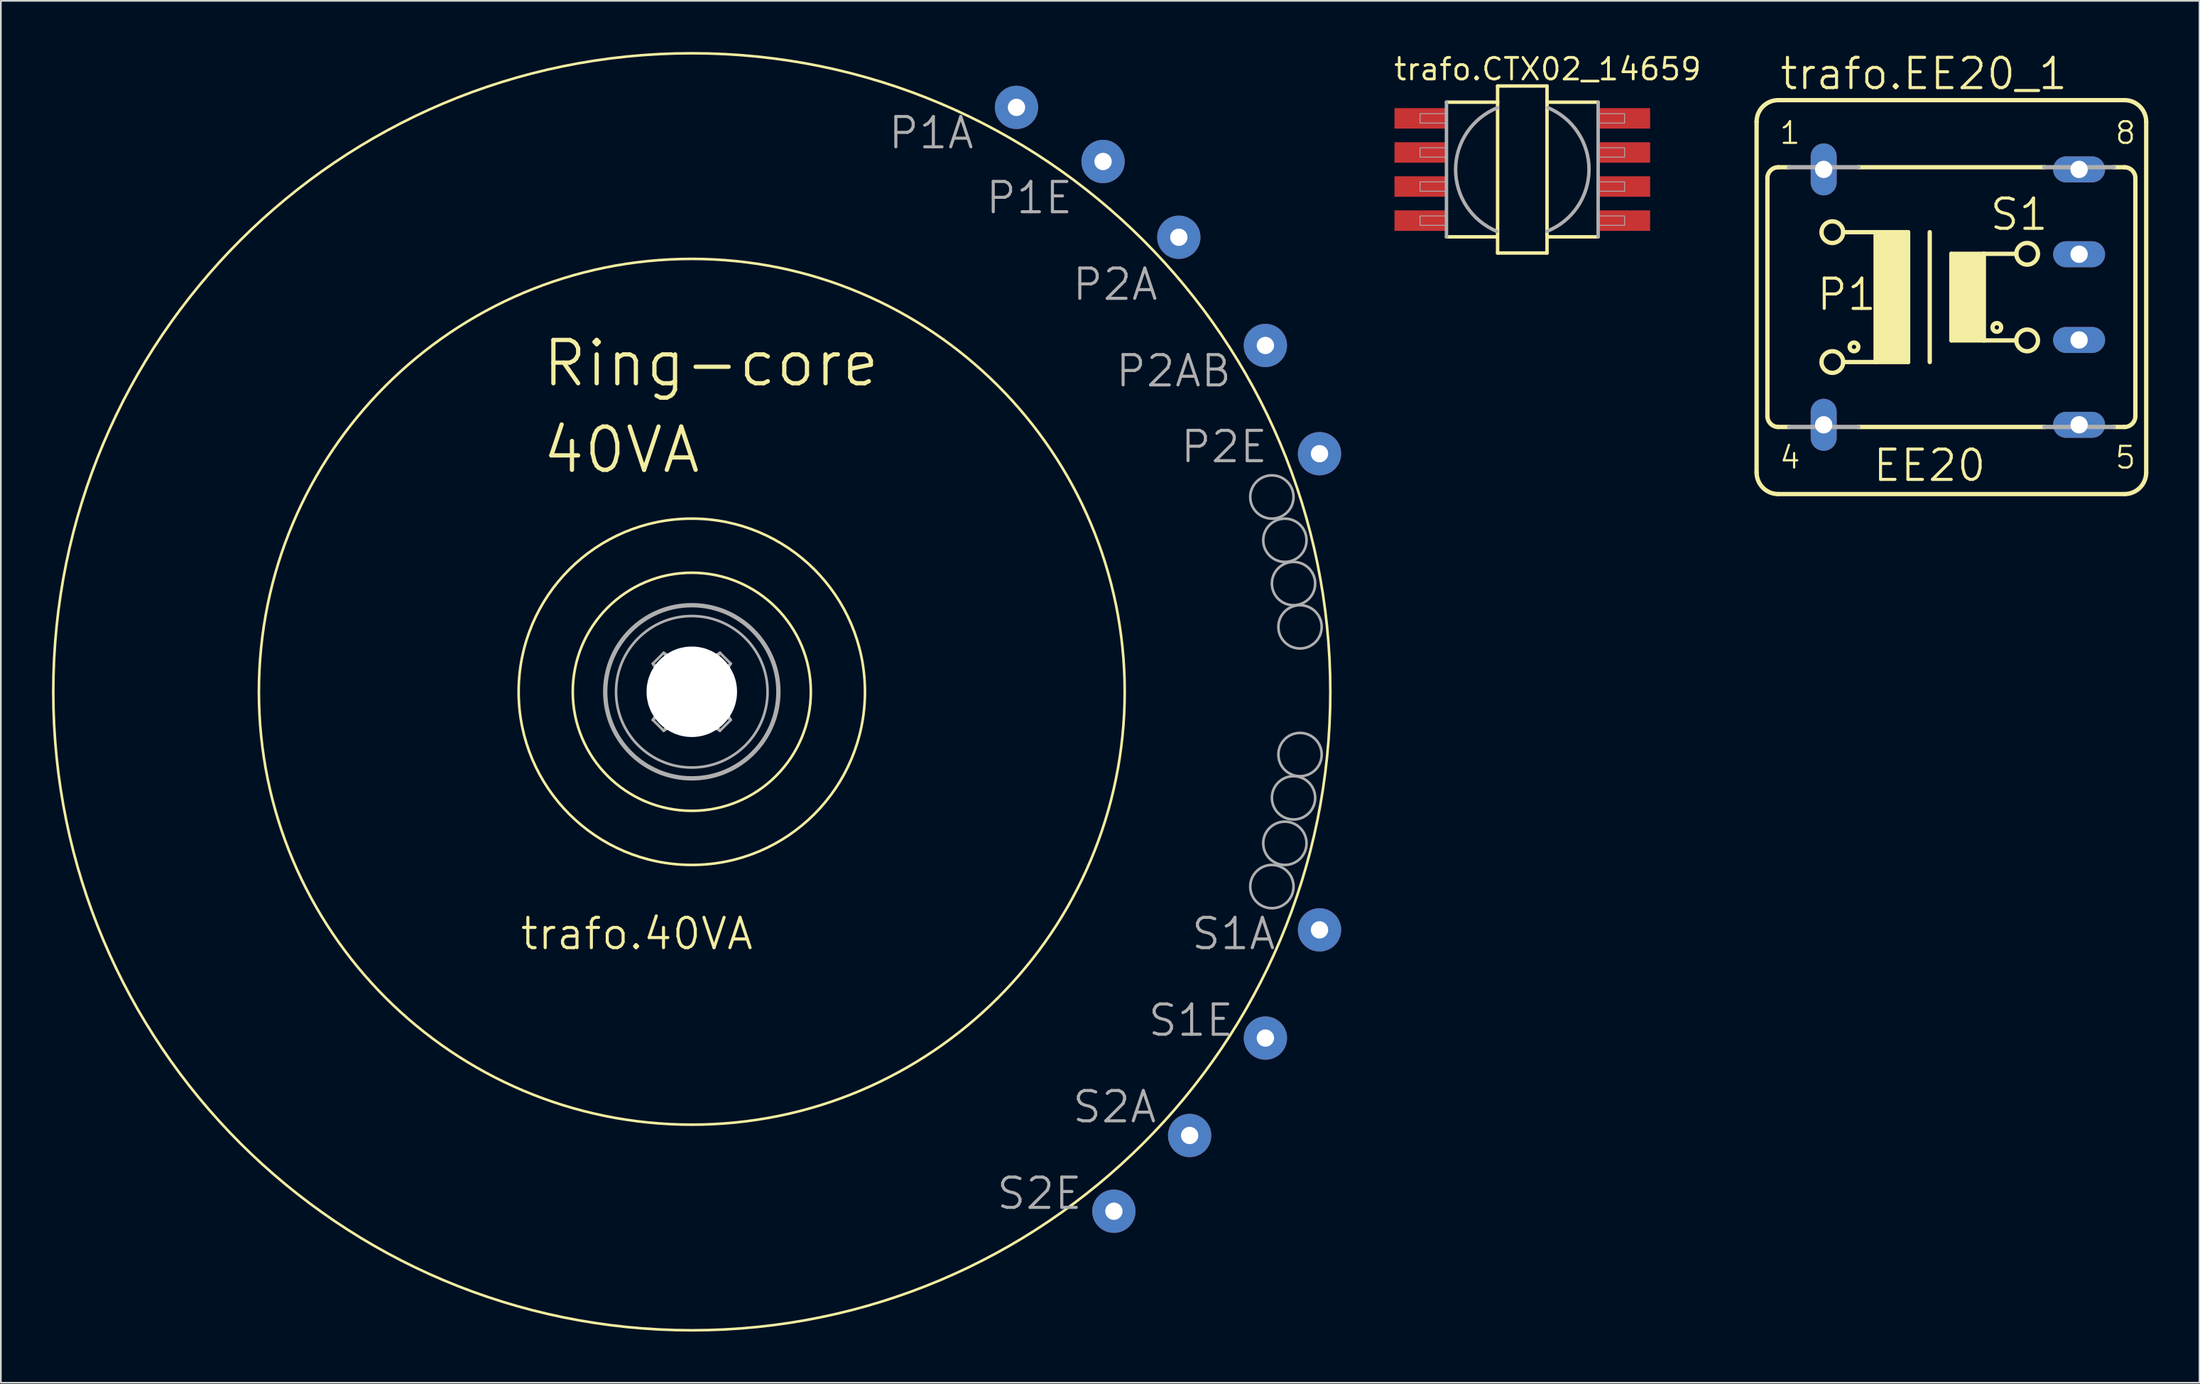
<source format=kicad_pcb>
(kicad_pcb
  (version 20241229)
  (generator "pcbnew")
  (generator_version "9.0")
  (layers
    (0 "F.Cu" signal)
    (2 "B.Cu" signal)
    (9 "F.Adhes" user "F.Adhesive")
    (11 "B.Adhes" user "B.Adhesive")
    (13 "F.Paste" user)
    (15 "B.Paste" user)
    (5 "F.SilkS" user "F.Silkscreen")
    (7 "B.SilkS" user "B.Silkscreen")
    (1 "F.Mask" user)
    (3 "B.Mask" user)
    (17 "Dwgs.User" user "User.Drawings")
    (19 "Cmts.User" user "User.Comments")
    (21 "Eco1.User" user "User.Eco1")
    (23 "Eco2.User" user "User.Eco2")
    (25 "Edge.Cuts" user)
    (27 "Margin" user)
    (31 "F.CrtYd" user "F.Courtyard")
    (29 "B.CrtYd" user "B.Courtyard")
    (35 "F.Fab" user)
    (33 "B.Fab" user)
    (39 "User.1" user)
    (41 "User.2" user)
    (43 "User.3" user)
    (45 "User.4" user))
  (footprint "trafo.EE20_1"
    (layer "F.Cu")
    (at 111.446 14.383)
    (property "Reference" "trafo.EE20_1" (at -10.16 -12.065 0) (layer "F.SilkS") (effects (font (size 1.778 1.778) (thickness 0.18)) (justify left bottom)))
    (attr through_hole)
    (fp_line (start -11.43 10.287) (end -11.43 -10.287) (stroke (width 0.254) (type default)) (layer "F.SilkS"))
    (fp_line (start -10.795 -6.985) (end -10.795 6.985) (stroke (width 0.254) (type default)) (layer "F.SilkS"))
    (fp_line (start -10.16 -11.557) (end 10.16 -11.557) (stroke (width 0.254) (type default)) (layer "F.SilkS"))
    (fp_line (start -10.16 -7.62) (end -9.525 -7.62) (stroke (width 0.254) (type default)) (layer "F.SilkS"))
    (fp_line (start -10.16 7.62) (end -9.525 7.62) (stroke (width 0.254) (type default)) (layer "F.SilkS"))
    (fp_line (start -6.35 -3.81) (end -4.445 -3.81) (stroke (width 0.254) (type default)) (layer "F.SilkS"))
    (fp_line (start -4.445 -3.81) (end -4.445 3.81) (stroke (width 0.254) (type default)) (layer "F.SilkS"))
    (fp_line (start -4.445 -3.81) (end -2.54 -3.81) (stroke (width 0.254) (type default)) (layer "F.SilkS"))
    (fp_line (start -4.445 3.81) (end -6.35 3.81) (stroke (width 0.254) (type default)) (layer "F.SilkS"))
    (fp_line (start -2.54 -3.81) (end -2.54 3.81) (stroke (width 0.254) (type default)) (layer "F.SilkS"))
    (fp_line (start -2.54 3.81) (end -4.445 3.81) (stroke (width 0.254) (type default)) (layer "F.SilkS"))
    (fp_line (start -1.27 -3.81) (end -1.27 3.81) (stroke (width 0.254) (type default)) (layer "F.SilkS"))
    (fp_line (start 0 -2.54) (end 0 2.54) (stroke (width 0.254) (type default)) (layer "F.SilkS"))
    (fp_line (start 0 -2.54) (end 1.905 -2.54) (stroke (width 0.254) (type default)) (layer "F.SilkS"))
    (fp_line (start 0 2.54) (end 1.905 2.54) (stroke (width 0.254) (type default)) (layer "F.SilkS"))
    (fp_line (start 1.905 -2.54) (end 3.81 -2.54) (stroke (width 0.254) (type default)) (layer "F.SilkS"))
    (fp_line (start 1.905 2.54) (end 1.905 -2.54) (stroke (width 0.254) (type default)) (layer "F.SilkS"))
    (fp_line (start 1.905 2.54) (end 3.81 2.54) (stroke (width 0.254) (type default)) (layer "F.SilkS"))
    (fp_line (start 5.461 -7.62) (end -5.461 -7.62) (stroke (width 0.254) (type default)) (layer "F.SilkS"))
    (fp_line (start 5.461 7.62) (end -5.461 7.62) (stroke (width 0.254) (type default)) (layer "F.SilkS"))
    (fp_line (start 10.16 -7.62) (end 9.525 -7.62) (stroke (width 0.254) (type default)) (layer "F.SilkS"))
    (fp_line (start 10.16 7.62) (end 9.525 7.62) (stroke (width 0.254) (type default)) (layer "F.SilkS"))
    (fp_line (start 10.16 11.557) (end -10.16 11.557) (stroke (width 0.254) (type default)) (layer "F.SilkS"))
    (fp_line (start 10.795 6.985) (end 10.795 -6.985) (stroke (width 0.254) (type default)) (layer "F.SilkS"))
    (fp_line (start 11.43 -10.287) (end 11.43 10.287) (stroke (width 0.254) (type default)) (layer "F.SilkS"))
    (fp_rect (start -4.445 3.81) (end -2.54 -3.81) (stroke (width 0.05) (type default)) (fill yes) (layer "F.SilkS"))
    (fp_rect (start 0 2.54) (end 1.905 -2.54) (stroke (width 0.05) (type default)) (fill yes) (layer "F.SilkS"))
    (fp_arc (start -11.43 -10.287) (mid -11.058026 -11.185026) (end -10.16 -11.557) (stroke (width 0.254) (type default)) (layer "F.SilkS"))
    (fp_arc (start -10.795 -6.985) (mid -10.609013 -7.434013) (end -10.16 -7.62) (stroke (width 0.254) (type default)) (layer "F.SilkS"))
    (fp_arc (start -10.16 7.62) (mid -10.609013 7.434013) (end -10.795 6.985) (stroke (width 0.254) (type default)) (layer "F.SilkS"))
    (fp_arc (start -10.16 11.557) (mid -11.058026 11.185026) (end -11.43 10.287) (stroke (width 0.254) (type default)) (layer "F.SilkS"))
    (fp_arc (start 10.16 -11.557) (mid 11.058026 -11.185026) (end 11.43 -10.287) (stroke (width 0.254) (type default)) (layer "F.SilkS"))
    (fp_arc (start 10.16 -7.62) (mid 10.609013 -7.434013) (end 10.795 -6.985) (stroke (width 0.254) (type default)) (layer "F.SilkS"))
    (fp_arc (start 10.795 6.985) (mid 10.609013 7.434013) (end 10.16 7.62) (stroke (width 0.254) (type default)) (layer "F.SilkS"))
    (fp_arc (start 11.43 10.287) (mid 11.058026 11.185026) (end 10.16 11.557) (stroke (width 0.254) (type default)) (layer "F.SilkS"))
    (fp_circle (center -6.985 -3.81) (end -6.35 -3.81) (stroke (width 0.254) (type default)) (fill no) (layer "F.SilkS"))
    (fp_circle (center -6.985 3.81) (end -6.35 3.81) (stroke (width 0.254) (type default)) (fill no) (layer "F.SilkS"))
    (fp_circle (center -5.715 2.921) (end -5.461 2.921) (stroke (width 0.254) (type default)) (fill no) (layer "F.SilkS"))
    (fp_circle (center 2.667 1.778) (end 2.921 1.778) (stroke (width 0.254) (type default)) (fill no) (layer "F.SilkS"))
    (fp_circle (center 4.445 -2.54) (end 5.08 -2.54) (stroke (width 0.254) (type default)) (fill no) (layer "F.SilkS"))
    (fp_circle (center 4.445 2.54) (end 5.08 2.54) (stroke (width 0.254) (type default)) (fill no) (layer "F.SilkS"))
    (fp_line (start -9.525 -7.62) (end -5.461 -7.62) (stroke (width 0.254) (type default)) (layer "F.Fab"))
    (fp_line (start -9.525 7.62) (end -5.461 7.62) (stroke (width 0.254) (type default)) (layer "F.Fab"))
    (fp_line (start 9.525 -7.62) (end 5.461 -7.62) (stroke (width 0.254) (type default)) (layer "F.Fab"))
    (fp_line (start 9.525 7.62) (end 5.461 7.62) (stroke (width 0.254) (type default)) (layer "F.Fab"))
    (fp_text user "P1" (at -8.001 0.889 0) (layer "F.SilkS") (effects (font (size 1.778 1.778) (thickness 0.18)) (justify left bottom)))
    (fp_text user "8" (at 9.525 -8.89 0) (layer "F.SilkS") (effects (font (size 1.27 1.27) (thickness 0.13)) (justify left bottom)))
    (fp_text user "5" (at 9.525 10.16 0) (layer "F.SilkS") (effects (font (size 1.27 1.27) (thickness 0.13)) (justify left bottom)))
    (fp_text user "4" (at -10.16 10.16 0) (layer "F.SilkS") (effects (font (size 1.27 1.27) (thickness 0.13)) (justify left bottom)))
    (fp_text user "1" (at -10.16 -8.89 0) (layer "F.SilkS") (effects (font (size 1.27 1.27) (thickness 0.13)) (justify left bottom)))
    (fp_text user "EE20" (at -4.699 10.922 0) (layer "F.SilkS") (effects (font (size 1.778 1.778) (thickness 0.18)) (justify left bottom)))
    (fp_text user "S1" (at 2.159 -3.81 0) (layer "F.SilkS") (effects (font (size 1.778 1.778) (thickness 0.18)) (justify left bottom)))
    (pad "1" thru_hole oval (at -7.493 -7.493 90) (size 3.048 1.524) (drill 1.016) (layers "*.Cu" "*.Mask"))
    (pad "4" thru_hole oval (at -7.493 7.493 90) (size 3.048 1.524) (drill 1.016) (layers "*.Cu" "*.Mask"))
    (pad "5" thru_hole oval (at 7.493 7.493) (size 3.048 1.524) (drill 1.016) (layers "*.Cu" "*.Mask"))
    (pad "6" thru_hole oval (at 7.493 2.515) (size 3.048 1.524) (drill 1.016) (layers "*.Cu" "*.Mask"))
    (pad "7" thru_hole oval (at 7.493 -2.515) (size 3.048 1.524) (drill 1.016) (layers "*.Cu" "*.Mask"))
    (pad "8" thru_hole oval (at 7.493 -7.493) (size 3.048 1.524) (drill 1.016) (layers "*.Cu" "*.Mask")))
  (footprint "trafo.CTX02_14659"
    (layer "F.Cu")
    (at 86.27 6.895)
    (property "Reference" "trafo.CTX02_14659" (at -7.629 -5.145 0) (layer "F.SilkS") (effects (font (size 1.27 1.27) (thickness 0.16)) (justify left bottom)))
    (attr smd)
    (fp_line (start -4.45 -3.95) (end -1.45 -3.95) (stroke (width 0.203) (type default)) (layer "F.SilkS"))
    (fp_line (start -1.55 3.95) (end -4.45 3.95) (stroke (width 0.203) (type default)) (layer "F.SilkS"))
    (fp_line (start -1.45 -4.9) (end 1.45 -4.9) (stroke (width 0.203) (type default)) (layer "F.SilkS"))
    (fp_line (start -1.45 -3.95) (end -1.45 -4.9) (stroke (width 0.203) (type default)) (layer "F.SilkS"))
    (fp_line (start -1.45 4.9) (end -1.45 -3.95) (stroke (width 0.203) (type default)) (layer "F.SilkS"))
    (fp_line (start 1.45 -4.9) (end 1.45 -3.95) (stroke (width 0.203) (type default)) (layer "F.SilkS"))
    (fp_line (start 1.45 -3.95) (end 1.45 4.9) (stroke (width 0.203) (type default)) (layer "F.SilkS"))
    (fp_line (start 1.45 -3.95) (end 4.45 -3.95) (stroke (width 0.203) (type default)) (layer "F.SilkS"))
    (fp_line (start 1.45 4.9) (end -1.45 4.9) (stroke (width 0.203) (type default)) (layer "F.SilkS"))
    (fp_line (start 4.45 3.95) (end 1.55 3.95) (stroke (width 0.203) (type default)) (layer "F.SilkS"))
    (fp_line (start -4.45 3.95) (end -4.45 -3.95) (stroke (width 0.203) (type default)) (layer "F.Fab"))
    (fp_line (start 4.45 -3.95) (end 4.45 3.95) (stroke (width 0.203) (type default)) (layer "F.Fab"))
    (fp_rect (start -6 -2.725) (end -4.5 -3.275) (stroke (width 0.05) (type default)) (fill no) (layer "F.Fab"))
    (fp_rect (start -6 -0.725) (end -4.5 -1.275) (stroke (width 0.05) (type default)) (fill no) (layer "F.Fab"))
    (fp_rect (start -6 1.275) (end -4.5 0.725) (stroke (width 0.05) (type default)) (fill no) (layer "F.Fab"))
    (fp_rect (start -6 3.275) (end -4.5 2.725) (stroke (width 0.05) (type default)) (fill no) (layer "F.Fab"))
    (fp_rect (start 4.5 -2.725) (end 6 -3.275) (stroke (width 0.05) (type default)) (fill no) (layer "F.Fab"))
    (fp_rect (start 4.5 -0.725) (end 6 -1.275) (stroke (width 0.05) (type default)) (fill no) (layer "F.Fab"))
    (fp_rect (start 4.5 1.275) (end 6 0.725) (stroke (width 0.05) (type default)) (fill no) (layer "F.Fab"))
    (fp_rect (start 4.5 3.275) (end 6 2.725) (stroke (width 0.05) (type default)) (fill no) (layer "F.Fab"))
    (fp_arc (start -1.5 3.625) (mid -3.913598 -0.016818) (end -1.45 -3.625) (stroke (width 0.2032) (type default)) (layer "F.Fab"))
    (fp_arc (start 1.5 -3.625) (mid 3.913598 0.016818) (end 1.45 3.625) (stroke (width 0.2032) (type default)) (layer "F.Fab"))
    (pad "1" smd roundrect (at -6 -3) (size 3 1.2) (layers "F.Cu" "F.Mask" "F.Paste") (roundrect_rratio 0.01))
    (pad "2" smd roundrect (at -6 -1) (size 3 1.2) (layers "F.Cu" "F.Mask" "F.Paste") (roundrect_rratio 0.01))
    (pad "3" smd roundrect (at -6 1) (size 3 1.2) (layers "F.Cu" "F.Mask" "F.Paste") (roundrect_rratio 0.01))
    (pad "4" smd roundrect (at -6 3) (size 3 1.2) (layers "F.Cu" "F.Mask" "F.Paste") (roundrect_rratio 0.01))
    (pad "5" smd roundrect (at 6 3 180) (size 3 1.2) (layers "F.Cu" "F.Mask" "F.Paste") (roundrect_rratio 0.01))
    (pad "6" smd roundrect (at 6 1 180) (size 3 1.2) (layers "F.Cu" "F.Mask" "F.Paste") (roundrect_rratio 0.01))
    (pad "7" smd roundrect (at 6 -1 180) (size 3 1.2) (layers "F.Cu" "F.Mask" "F.Paste") (roundrect_rratio 0.01))
    (pad "8" smd roundrect (at 6 -3 180) (size 3 1.2) (layers "F.Cu" "F.Mask" "F.Paste") (roundrect_rratio 0.01)))
  (footprint "trafo.40VA"
    (layer "F.Cu")
    (at 37.541 37.541)
    (property "Reference" "trafo.40VA" (at -10.16 15.24 0) (layer "F.SilkS") (effects (font (size 1.778 1.778) (thickness 0.18)) (justify left bottom)))
    (attr through_hole)
    (fp_circle (center 0 0) (end 6.985 0) (stroke (width 0.152) (type default)) (fill no) (layer "F.SilkS"))
    (fp_circle (center 0 0) (end 10.16 0) (stroke (width 0.152) (type default)) (fill no) (layer "F.SilkS"))
    (fp_circle (center 0 0) (end 25.4 0) (stroke (width 0.152) (type default)) (fill no) (layer "F.SilkS"))
    (fp_circle (center 0 0) (end 37.465 0) (stroke (width 0.152) (type default)) (fill no) (layer "F.SilkS"))
    (fp_line (start -2.286 -1.651) (end -1.651 -2.286) (stroke (width 0.152) (type default)) (layer "F.Fab"))
    (fp_line (start -2.286 -1.651) (end -1.27 0) (stroke (width 0.152) (type default)) (layer "F.Fab"))
    (fp_line (start -2.286 1.651) (end -1.651 2.286) (stroke (width 0.152) (type default)) (layer "F.Fab"))
    (fp_line (start -1.651 2.286) (end 0 1.27) (stroke (width 0.152) (type default)) (layer "F.Fab"))
    (fp_line (start -1.27 0) (end -2.286 1.651) (stroke (width 0.152) (type default)) (layer "F.Fab"))
    (fp_line (start -1.27 0) (end -0.635 0) (stroke (width 0.152) (type default)) (layer "F.Fab"))
    (fp_line (start -1.143 -0.762) (end -2.286 -1.651) (stroke (width 0.152) (type default)) (layer "F.Fab"))
    (fp_line (start -1.143 0.762) (end -2.286 1.651) (stroke (width 0.152) (type default)) (layer "F.Fab"))
    (fp_line (start -0.762 -1.143) (end -1.651 -2.286) (stroke (width 0.152) (type default)) (layer "F.Fab"))
    (fp_line (start -0.762 -1.143) (end -1.143 -0.762) (stroke (width 0.152) (type default)) (layer "F.Fab"))
    (fp_line (start -0.762 1.143) (end -1.651 2.286) (stroke (width 0.152) (type default)) (layer "F.Fab"))
    (fp_line (start -0.762 1.143) (end -1.143 0.762) (stroke (width 0.152) (type default)) (layer "F.Fab"))
    (fp_line (start -0.635 0) (end -1.143 -0.762) (stroke (width 0.152) (type default)) (layer "F.Fab"))
    (fp_line (start -0.635 0) (end -1.143 0.762) (stroke (width 0.152) (type default)) (layer "F.Fab"))
    (fp_line (start 0 -1.27) (end -1.651 -2.286) (stroke (width 0.152) (type default)) (layer "F.Fab"))
    (fp_line (start 0 -1.27) (end 0 -0.635) (stroke (width 0.152) (type default)) (layer "F.Fab"))
    (fp_line (start 0 -0.635) (end -0.762 -1.143) (stroke (width 0.152) (type default)) (layer "F.Fab"))
    (fp_line (start 0 -0.635) (end 0.762 -1.143) (stroke (width 0.152) (type default)) (layer "F.Fab"))
    (fp_line (start 0 0.635) (end -0.762 1.143) (stroke (width 0.152) (type default)) (layer "F.Fab"))
    (fp_line (start 0 0.635) (end 0.762 1.143) (stroke (width 0.152) (type default)) (layer "F.Fab"))
    (fp_line (start 0 1.27) (end 0 0.635) (stroke (width 0.152) (type default)) (layer "F.Fab"))
    (fp_line (start 0 1.27) (end 1.651 2.286) (stroke (width 0.152) (type default)) (layer "F.Fab"))
    (fp_line (start 0.635 0) (end 1.143 -0.762) (stroke (width 0.152) (type default)) (layer "F.Fab"))
    (fp_line (start 0.635 0) (end 1.143 0.762) (stroke (width 0.152) (type default)) (layer "F.Fab"))
    (fp_line (start 0.762 -1.143) (end 1.143 -0.762) (stroke (width 0.152) (type default)) (layer "F.Fab"))
    (fp_line (start 0.762 -1.143) (end 1.651 -2.286) (stroke (width 0.152) (type default)) (layer "F.Fab"))
    (fp_line (start 0.762 1.143) (end 1.651 2.286) (stroke (width 0.152) (type default)) (layer "F.Fab"))
    (fp_line (start 1.143 -0.762) (end 2.286 -1.651) (stroke (width 0.152) (type default)) (layer "F.Fab"))
    (fp_line (start 1.143 0.762) (end 0.762 1.143) (stroke (width 0.152) (type default)) (layer "F.Fab"))
    (fp_line (start 1.143 0.762) (end 2.286 1.651) (stroke (width 0.152) (type default)) (layer "F.Fab"))
    (fp_line (start 1.27 0) (end 0.635 0) (stroke (width 0.152) (type default)) (layer "F.Fab"))
    (fp_line (start 1.27 0) (end 2.286 -1.651) (stroke (width 0.152) (type default)) (layer "F.Fab"))
    (fp_line (start 1.651 -2.286) (end 0 -1.27) (stroke (width 0.152) (type default)) (layer "F.Fab"))
    (fp_line (start 1.651 -2.286) (end 2.286 -1.651) (stroke (width 0.152) (type default)) (layer "F.Fab"))
    (fp_line (start 1.651 2.286) (end 2.286 1.651) (stroke (width 0.152) (type default)) (layer "F.Fab"))
    (fp_line (start 2.286 1.651) (end 1.27 0) (stroke (width 0.152) (type default)) (layer "F.Fab"))
    (fp_circle (center 0 0) (end 4.445 0) (stroke (width 0.152) (type default)) (fill no) (layer "F.Fab"))
    (fp_circle (center 0 0) (end 5.08 0) (stroke (width 0.254) (type default)) (fill no) (layer "F.Fab"))
    (fp_circle (center 34.036 -11.43) (end 35.306 -11.43) (stroke (width 0.152) (type default)) (fill no) (layer "F.Fab"))
    (fp_circle (center 34.036 11.43) (end 35.306 11.43) (stroke (width 0.152) (type default)) (fill no) (layer "F.Fab"))
    (fp_circle (center 34.798 -8.89) (end 36.068 -8.89) (stroke (width 0.152) (type default)) (fill no) (layer "F.Fab"))
    (fp_circle (center 34.798 8.89) (end 36.068 8.89) (stroke (width 0.152) (type default)) (fill no) (layer "F.Fab"))
    (fp_circle (center 35.306 -6.35) (end 36.576 -6.35) (stroke (width 0.152) (type default)) (fill no) (layer "F.Fab"))
    (fp_circle (center 35.306 6.223) (end 36.576 6.223) (stroke (width 0.152) (type default)) (fill no) (layer "F.Fab"))
    (fp_circle (center 35.687 -3.81) (end 36.957 -3.81) (stroke (width 0.152) (type default)) (fill no) (layer "F.Fab"))
    (fp_circle (center 35.687 3.683) (end 36.957 3.683) (stroke (width 0.152) (type default)) (fill no) (layer "F.Fab"))
    (fp_text user "40VA" (at -8.89 -12.7 0) (layer "F.SilkS") (effects (font (size 2.54 2.54) (thickness 0.25)) (justify left bottom)))
    (fp_text user "Ring-core" (at -8.89 -17.78 0) (layer "F.SilkS") (effects (font (size 2.54 2.54) (thickness 0.25)) (justify left bottom)))
    (fp_text user "S1E" (at 26.67 20.32 0) (layer "F.Fab") (effects (font (size 1.778 1.778) (thickness 0.18)) (justify left bottom)))
    (fp_text user "P1A" (at 11.43 -31.75 0) (layer "F.Fab") (effects (font (size 1.778 1.778) (thickness 0.18)) (justify left bottom)))
    (fp_text user "P1E" (at 17.145 -27.94 0) (layer "F.Fab") (effects (font (size 1.778 1.778) (thickness 0.18)) (justify left bottom)))
    (fp_text user "P2AB" (at 24.765 -17.78 0) (layer "F.Fab") (effects (font (size 1.778 1.778) (thickness 0.18)) (justify left bottom)))
    (fp_text user "S2E" (at 17.78 30.48 0) (layer "F.Fab") (effects (font (size 1.778 1.778) (thickness 0.18)) (justify left bottom)))
    (fp_text user "P2A" (at 22.225 -22.86 0) (layer "F.Fab") (effects (font (size 1.778 1.778) (thickness 0.18)) (justify left bottom)))
    (fp_text user "P2E" (at 28.575 -13.335 0) (layer "F.Fab") (effects (font (size 1.778 1.778) (thickness 0.18)) (justify left bottom)))
    (fp_text user "S2A" (at 22.225 25.4 0) (layer "F.Fab") (effects (font (size 1.778 1.778) (thickness 0.18)) (justify left bottom)))
    (fp_text user "S1A" (at 29.21 15.24 0) (layer "F.Fab") (effects (font (size 1.778 1.778) (thickness 0.18)) (justify left bottom)))
    (pad "" np_thru_hole circle (at 0 0) (size 5.309 5.309) (drill 5.309) (layers "*.Cu" "*.Mask"))
    (pad "1" thru_hole circle (at 19.05 -34.29) (size 2.54 2.54) (drill 1.016) (layers "*.Cu" "*.Mask"))
    (pad "2" thru_hole circle (at 24.13 -31.115) (size 2.54 2.54) (drill 1.016) (layers "*.Cu" "*.Mask"))
    (pad "3" thru_hole circle (at 28.575 -26.67) (size 2.54 2.54) (drill 1.016) (layers "*.Cu" "*.Mask"))
    (pad "4" thru_hole circle (at 33.655 -20.32) (size 2.54 2.54) (drill 1.016) (layers "*.Cu" "*.Mask"))
    (pad "5" thru_hole circle (at 36.83 -13.97) (size 2.54 2.54) (drill 1.016) (layers "*.Cu" "*.Mask"))
    (pad "6" thru_hole circle (at 36.83 13.97) (size 2.54 2.54) (drill 1.016) (layers "*.Cu" "*.Mask"))
    (pad "7" thru_hole circle (at 33.655 20.32) (size 2.54 2.54) (drill 1.016) (layers "*.Cu" "*.Mask"))
    (pad "8" thru_hole circle (at 29.21 26.035) (size 2.54 2.54) (drill 1.016) (layers "*.Cu" "*.Mask"))
    (pad "9" thru_hole circle (at 24.765 30.48) (size 2.54 2.54) (drill 1.016) (layers "*.Cu" "*.Mask")))
  (gr_rect
    (start -3 -3)
    (end 126.003 78.082)
    (stroke (width 0.1) (type default))
    (fill no)
    (layer "Edge.Cuts")))
</source>
